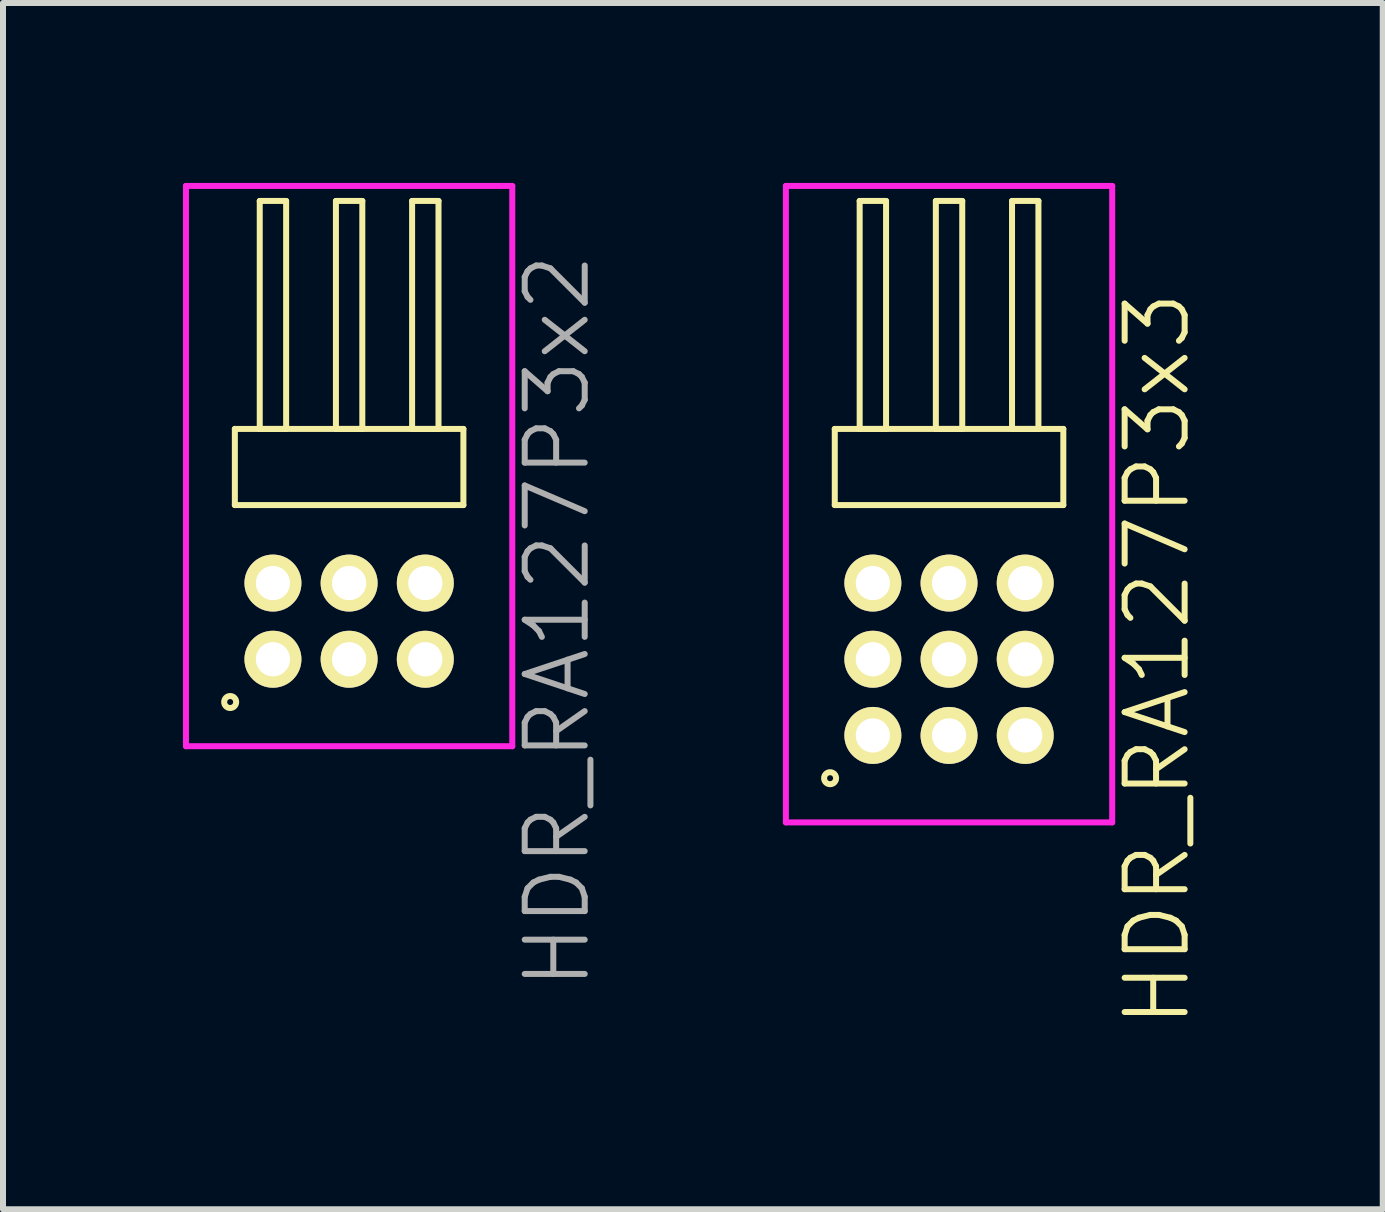
<source format=kicad_pcb>
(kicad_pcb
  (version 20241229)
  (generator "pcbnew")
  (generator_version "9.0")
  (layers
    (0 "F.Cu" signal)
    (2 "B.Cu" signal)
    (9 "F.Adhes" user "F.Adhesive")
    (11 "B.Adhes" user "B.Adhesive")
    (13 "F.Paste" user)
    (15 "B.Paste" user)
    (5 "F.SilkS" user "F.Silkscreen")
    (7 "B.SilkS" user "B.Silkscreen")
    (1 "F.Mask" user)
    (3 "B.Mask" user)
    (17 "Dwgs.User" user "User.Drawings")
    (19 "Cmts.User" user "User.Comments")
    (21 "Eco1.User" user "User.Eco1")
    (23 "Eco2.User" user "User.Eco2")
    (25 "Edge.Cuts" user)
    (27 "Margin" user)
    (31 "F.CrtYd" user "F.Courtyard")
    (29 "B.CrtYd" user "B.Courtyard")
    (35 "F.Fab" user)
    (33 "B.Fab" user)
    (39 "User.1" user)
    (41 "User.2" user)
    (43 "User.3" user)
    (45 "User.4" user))
  (footprint "HDR_RA127P3x3"
    (layer "F.Cu")
    (at 12.771 7.94)
    (property "Reference" "HDR_RA127P3x3" (at 3.47 0 90) (layer "F.SilkS") (effects (font (size 1 1) (thickness 0.1))))
    (attr through_hole)
    (fp_line (start -1.905 -3.84) (end -1.905 -2.57) (stroke (width 0.1) (type solid)) (layer "F.SilkS"))
    (fp_line (start -1.905 -2.57) (end 1.905 -2.57) (stroke (width 0.1) (type solid)) (layer "F.SilkS"))
    (fp_line (start -1.49 -7.64) (end -1.49 -3.84) (stroke (width 0.1) (type solid)) (layer "F.SilkS"))
    (fp_line (start -1.49 -3.84) (end -1.05 -3.84) (stroke (width 0.1) (type solid)) (layer "F.SilkS"))
    (fp_line (start -1.05 -7.64) (end -1.49 -7.64) (stroke (width 0.1) (type solid)) (layer "F.SilkS"))
    (fp_line (start -1.05 -3.84) (end -1.05 -7.64) (stroke (width 0.1) (type solid)) (layer "F.SilkS"))
    (fp_line (start -0.22 -7.64) (end -0.22 -3.84) (stroke (width 0.1) (type solid)) (layer "F.SilkS"))
    (fp_line (start -0.22 -3.84) (end 0.22 -3.84) (stroke (width 0.1) (type solid)) (layer "F.SilkS"))
    (fp_line (start 0.22 -7.64) (end -0.22 -7.64) (stroke (width 0.1) (type solid)) (layer "F.SilkS"))
    (fp_line (start 0.22 -3.84) (end 0.22 -7.64) (stroke (width 0.1) (type solid)) (layer "F.SilkS"))
    (fp_line (start 1.05 -7.64) (end 1.05 -3.84) (stroke (width 0.1) (type solid)) (layer "F.SilkS"))
    (fp_line (start 1.05 -3.84) (end 1.49 -3.84) (stroke (width 0.1) (type solid)) (layer "F.SilkS"))
    (fp_line (start 1.49 -7.64) (end 1.05 -7.64) (stroke (width 0.1) (type solid)) (layer "F.SilkS"))
    (fp_line (start 1.49 -3.84) (end 1.49 -7.64) (stroke (width 0.1) (type solid)) (layer "F.SilkS"))
    (fp_line (start 1.905 -3.84) (end -1.905 -3.84) (stroke (width 0.1) (type solid)) (layer "F.SilkS"))
    (fp_line (start 1.905 -2.57) (end 1.905 -3.84) (stroke (width 0.1) (type solid)) (layer "F.SilkS"))
    (fp_circle (center -1.983 1.983) (end -1.883 1.983) (stroke (width 0.1) (type solid)) (fill no) (layer "F.SilkS"))
    (fp_line (start -2.72 -7.89) (end -2.72 2.72) (stroke (width 0.1) (type solid)) (layer "F.CrtYd"))
    (fp_line (start -2.72 2.72) (end 2.72 2.72) (stroke (width 0.1) (type solid)) (layer "F.CrtYd"))
    (fp_line (start 2.72 -7.89) (end -2.72 -7.89) (stroke (width 0.1) (type solid)) (layer "F.CrtYd"))
    (fp_line (start 2.72 2.72) (end 2.72 -7.89) (stroke (width 0.1) (type solid)) (layer "F.CrtYd"))
    (pad "1" thru_hole oval (at -1.27 1.27) (size 0.95 0.95) (drill 0.57) (layers "*.Cu" "*.Mask" "F.SilkS"))
    (pad "2" thru_hole oval (at -1.27 0) (size 0.95 0.95) (drill 0.57) (layers "*.Cu" "*.Mask" "F.SilkS"))
    (pad "3" thru_hole oval (at -1.27 -1.27) (size 0.95 0.95) (drill 0.57) (layers "*.Cu" "*.Mask" "F.SilkS"))
    (pad "4" thru_hole oval (at 0 1.27) (size 0.95 0.95) (drill 0.57) (layers "*.Cu" "*.Mask" "F.SilkS"))
    (pad "5" thru_hole oval (at 0 0) (size 0.95 0.95) (drill 0.57) (layers "*.Cu" "*.Mask" "F.SilkS"))
    (pad "6" thru_hole oval (at 0 -1.27) (size 0.95 0.95) (drill 0.57) (layers "*.Cu" "*.Mask" "F.SilkS"))
    (pad "7" thru_hole oval (at 1.27 1.27) (size 0.95 0.95) (drill 0.57) (layers "*.Cu" "*.Mask" "F.SilkS"))
    (pad "8" thru_hole oval (at 1.27 0) (size 0.95 0.95) (drill 0.57) (layers "*.Cu" "*.Mask" "F.SilkS"))
    (pad "9" thru_hole oval (at 1.27 -1.27) (size 0.95 0.95) (drill 0.57) (layers "*.Cu" "*.Mask" "F.SilkS")))
  (footprint "HDR_RA127P3x2"
    (layer "F.Cu")
    (at 2.77 7.305)
    (property "Reference" "HDR_RA127P3x2" (at 3.47 0 90) (layer "F.Fab") (effects (font (size 1 1) (thickness 0.1))))
    (attr through_hole)
    (fp_line (start -1.905 -3.205) (end -1.905 -1.935) (stroke (width 0.1) (type solid)) (layer "F.SilkS"))
    (fp_line (start -1.905 -1.935) (end 1.905 -1.935) (stroke (width 0.1) (type solid)) (layer "F.SilkS"))
    (fp_line (start -1.49 -7.005) (end -1.49 -3.205) (stroke (width 0.1) (type solid)) (layer "F.SilkS"))
    (fp_line (start -1.49 -3.205) (end -1.05 -3.205) (stroke (width 0.1) (type solid)) (layer "F.SilkS"))
    (fp_line (start -1.05 -7.005) (end -1.49 -7.005) (stroke (width 0.1) (type solid)) (layer "F.SilkS"))
    (fp_line (start -1.05 -3.205) (end -1.05 -7.005) (stroke (width 0.1) (type solid)) (layer "F.SilkS"))
    (fp_line (start -0.22 -7.005) (end -0.22 -3.205) (stroke (width 0.1) (type solid)) (layer "F.SilkS"))
    (fp_line (start -0.22 -3.205) (end 0.22 -3.205) (stroke (width 0.1) (type solid)) (layer "F.SilkS"))
    (fp_line (start 0.22 -7.005) (end -0.22 -7.005) (stroke (width 0.1) (type solid)) (layer "F.SilkS"))
    (fp_line (start 0.22 -3.205) (end 0.22 -7.005) (stroke (width 0.1) (type solid)) (layer "F.SilkS"))
    (fp_line (start 1.05 -7.005) (end 1.05 -3.205) (stroke (width 0.1) (type solid)) (layer "F.SilkS"))
    (fp_line (start 1.05 -3.205) (end 1.49 -3.205) (stroke (width 0.1) (type solid)) (layer "F.SilkS"))
    (fp_line (start 1.49 -7.005) (end 1.05 -7.005) (stroke (width 0.1) (type solid)) (layer "F.SilkS"))
    (fp_line (start 1.49 -3.205) (end 1.49 -7.005) (stroke (width 0.1) (type solid)) (layer "F.SilkS"))
    (fp_line (start 1.905 -3.205) (end -1.905 -3.205) (stroke (width 0.1) (type solid)) (layer "F.SilkS"))
    (fp_line (start 1.905 -1.935) (end 1.905 -3.205) (stroke (width 0.1) (type solid)) (layer "F.SilkS"))
    (fp_circle (center -1.983 1.348) (end -1.883 1.348) (stroke (width 0.1) (type solid)) (fill no) (layer "F.SilkS"))
    (fp_line (start -2.72 -7.255) (end -2.72 2.085) (stroke (width 0.1) (type solid)) (layer "F.CrtYd"))
    (fp_line (start -2.72 2.085) (end 2.72 2.085) (stroke (width 0.1) (type solid)) (layer "F.CrtYd"))
    (fp_line (start 2.72 -7.255) (end -2.72 -7.255) (stroke (width 0.1) (type solid)) (layer "F.CrtYd"))
    (fp_line (start 2.72 2.085) (end 2.72 -7.255) (stroke (width 0.1) (type solid)) (layer "F.CrtYd"))
    (pad "1" thru_hole oval (at -1.27 0.635) (size 0.95 0.95) (drill 0.57) (layers "*.Cu" "*.Mask" "F.SilkS"))
    (pad "2" thru_hole oval (at -1.27 -0.635) (size 0.95 0.95) (drill 0.57) (layers "*.Cu" "*.Mask" "F.SilkS"))
    (pad "3" thru_hole oval (at 0 0.635) (size 0.95 0.95) (drill 0.57) (layers "*.Cu" "*.Mask" "F.SilkS"))
    (pad "4" thru_hole oval (at 0 -0.635) (size 0.95 0.95) (drill 0.57) (layers "*.Cu" "*.Mask" "F.SilkS"))
    (pad "5" thru_hole oval (at 1.27 0.635) (size 0.95 0.95) (drill 0.57) (layers "*.Cu" "*.Mask" "F.SilkS"))
    (pad "6" thru_hole oval (at 1.27 -0.635) (size 0.95 0.95) (drill 0.57) (layers "*.Cu" "*.Mask" "F.SilkS")))
  (gr_rect
    (start -3 -3)
    (end 20.001 17.109)
    (stroke (width 0.1) (type default))
    (fill no)
    (layer "Edge.Cuts")))
</source>
